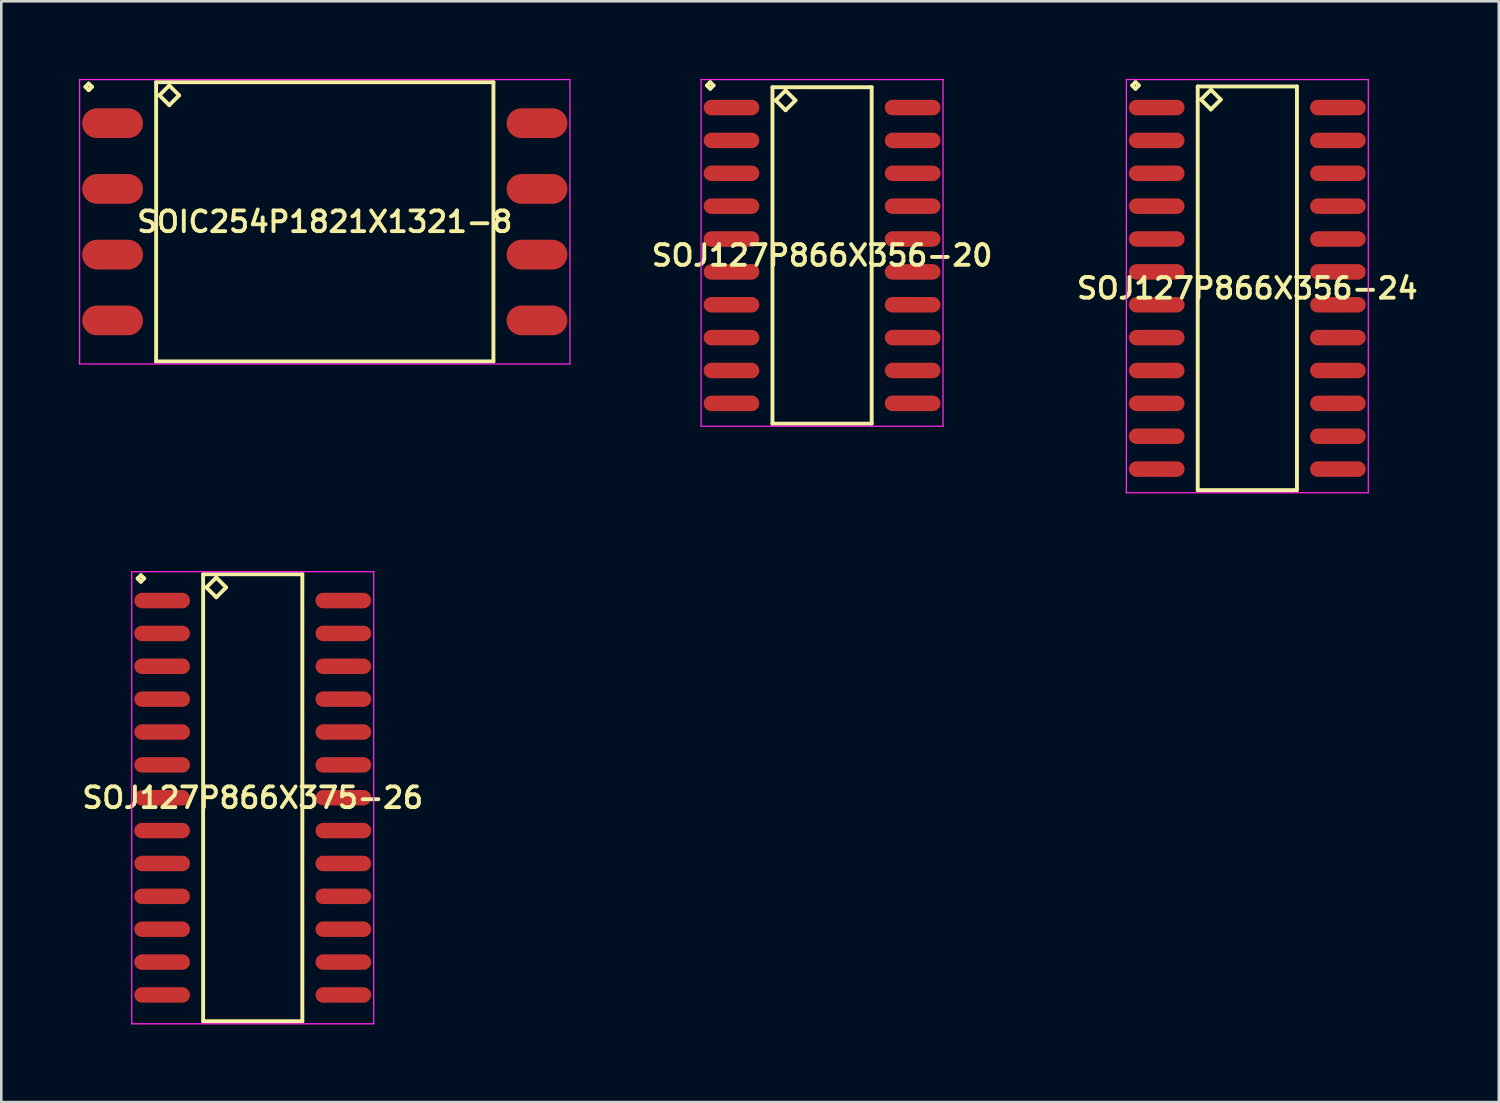
<source format=kicad_pcb>
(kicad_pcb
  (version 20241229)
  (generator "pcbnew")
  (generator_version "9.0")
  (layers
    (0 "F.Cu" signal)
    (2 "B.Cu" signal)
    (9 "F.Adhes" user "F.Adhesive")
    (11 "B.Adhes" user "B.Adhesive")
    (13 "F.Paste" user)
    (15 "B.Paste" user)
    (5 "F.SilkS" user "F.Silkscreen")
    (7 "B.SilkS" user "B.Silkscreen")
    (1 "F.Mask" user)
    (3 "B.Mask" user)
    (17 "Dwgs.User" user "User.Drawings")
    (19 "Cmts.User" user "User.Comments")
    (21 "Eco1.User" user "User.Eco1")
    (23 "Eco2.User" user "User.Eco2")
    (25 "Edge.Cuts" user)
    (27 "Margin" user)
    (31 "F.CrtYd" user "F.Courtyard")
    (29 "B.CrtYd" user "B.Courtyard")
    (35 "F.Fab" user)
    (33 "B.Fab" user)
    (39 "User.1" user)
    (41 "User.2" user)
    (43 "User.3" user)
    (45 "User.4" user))
  (footprint "SOJ127P866X356-24"
    (layer "F.Cu")
    (at 45.149 8.091)
    (property "Reference" "SOJ127P866X356-24" (at 0 0 0) (layer "F.SilkS") (effects (font (size 0.8 0.8) (thickness 0.15))))
    (attr smd)
    (fp_line (start -4.448 -7.839) (end -4.321 -7.966) (stroke (width 0.15) (type solid)) (layer "F.SilkS"))
    (fp_line (start -4.321 -7.966) (end -4.194 -7.839) (stroke (width 0.15) (type solid)) (layer "F.SilkS"))
    (fp_line (start -4.321 -7.712) (end -4.448 -7.839) (stroke (width 0.15) (type solid)) (layer "F.SilkS"))
    (fp_line (start -4.194 -7.839) (end -4.321 -7.712) (stroke (width 0.15) (type solid)) (layer "F.SilkS"))
    (fp_line (start -1.917 -7.8) (end -1.917 7.8) (stroke (width 0.15) (type solid)) (layer "F.SilkS"))
    (fp_line (start -1.917 7.8) (end 1.917 7.8) (stroke (width 0.15) (type solid)) (layer "F.SilkS"))
    (fp_line (start -1.79 -7.292) (end -1.409 -7.673) (stroke (width 0.15) (type solid)) (layer "F.SilkS"))
    (fp_line (start -1.409 -7.673) (end -1.028 -7.292) (stroke (width 0.15) (type solid)) (layer "F.SilkS"))
    (fp_line (start -1.409 -6.911) (end -1.79 -7.292) (stroke (width 0.15) (type solid)) (layer "F.SilkS"))
    (fp_line (start -1.028 -7.292) (end -1.409 -6.911) (stroke (width 0.15) (type solid)) (layer "F.SilkS"))
    (fp_line (start 1.917 -7.8) (end -1.917 -7.8) (stroke (width 0.15) (type solid)) (layer "F.SilkS"))
    (fp_line (start 1.917 7.8) (end 1.917 -7.8) (stroke (width 0.15) (type solid)) (layer "F.SilkS"))
    (fp_line (start -4.675 -8.066) (end 4.675 -8.066) (stroke (width 0.05) (type solid)) (layer "F.CrtYd"))
    (fp_line (start -4.675 7.9) (end -4.675 -8.066) (stroke (width 0.05) (type solid)) (layer "F.CrtYd"))
    (fp_line (start 4.675 -8.066) (end 4.675 7.9) (stroke (width 0.05) (type solid)) (layer "F.CrtYd"))
    (fp_line (start 4.675 7.9) (end -4.675 7.9) (stroke (width 0.05) (type solid)) (layer "F.CrtYd"))
    (pad "1" smd oval (at -3.5 -6.985) (size 2.15 0.6) (layers "F.Cu" "F.Mask" "F.Paste"))
    (pad "2" smd oval (at -3.5 -5.715) (size 2.15 0.6) (layers "F.Cu" "F.Mask" "F.Paste"))
    (pad "3" smd oval (at -3.5 -4.445) (size 2.15 0.6) (layers "F.Cu" "F.Mask" "F.Paste"))
    (pad "4" smd oval (at -3.5 -3.175) (size 2.15 0.6) (layers "F.Cu" "F.Mask" "F.Paste"))
    (pad "5" smd oval (at -3.5 -1.905) (size 2.15 0.6) (layers "F.Cu" "F.Mask" "F.Paste"))
    (pad "6" smd oval (at -3.5 -0.635) (size 2.15 0.6) (layers "F.Cu" "F.Mask" "F.Paste"))
    (pad "7" smd oval (at -3.5 0.635) (size 2.15 0.6) (layers "F.Cu" "F.Mask" "F.Paste"))
    (pad "8" smd oval (at -3.5 1.905) (size 2.15 0.6) (layers "F.Cu" "F.Mask" "F.Paste"))
    (pad "9" smd oval (at -3.5 3.175) (size 2.15 0.6) (layers "F.Cu" "F.Mask" "F.Paste"))
    (pad "10" smd oval (at -3.5 4.445) (size 2.15 0.6) (layers "F.Cu" "F.Mask" "F.Paste"))
    (pad "11" smd oval (at -3.5 5.715) (size 2.15 0.6) (layers "F.Cu" "F.Mask" "F.Paste"))
    (pad "12" smd oval (at -3.5 6.985) (size 2.15 0.6) (layers "F.Cu" "F.Mask" "F.Paste"))
    (pad "13" smd oval (at 3.5 6.985) (size 2.15 0.6) (layers "F.Cu" "F.Mask" "F.Paste"))
    (pad "14" smd oval (at 3.5 5.715) (size 2.15 0.6) (layers "F.Cu" "F.Mask" "F.Paste"))
    (pad "15" smd oval (at 3.5 4.445) (size 2.15 0.6) (layers "F.Cu" "F.Mask" "F.Paste"))
    (pad "16" smd oval (at 3.5 3.175) (size 2.15 0.6) (layers "F.Cu" "F.Mask" "F.Paste"))
    (pad "17" smd oval (at 3.5 1.905) (size 2.15 0.6) (layers "F.Cu" "F.Mask" "F.Paste"))
    (pad "18" smd oval (at 3.5 0.635) (size 2.15 0.6) (layers "F.Cu" "F.Mask" "F.Paste"))
    (pad "19" smd oval (at 3.5 -0.635) (size 2.15 0.6) (layers "F.Cu" "F.Mask" "F.Paste"))
    (pad "20" smd oval (at 3.5 -1.905) (size 2.15 0.6) (layers "F.Cu" "F.Mask" "F.Paste"))
    (pad "21" smd oval (at 3.5 -3.175) (size 2.15 0.6) (layers "F.Cu" "F.Mask" "F.Paste"))
    (pad "22" smd oval (at 3.5 -4.445) (size 2.15 0.6) (layers "F.Cu" "F.Mask" "F.Paste"))
    (pad "23" smd oval (at 3.5 -5.715) (size 2.15 0.6) (layers "F.Cu" "F.Mask" "F.Paste"))
    (pad "24" smd oval (at 3.5 -6.985) (size 2.15 0.6) (layers "F.Cu" "F.Mask" "F.Paste")))
  (footprint "SOIC254P1821X1321-8"
    (layer "F.Cu")
    (at 9.5 5.52)
    (property "Reference" "SOIC254P1821X1321-8" (at 0 0 0) (layer "F.SilkS") (effects (font (size 0.8 0.8) (thickness 0.15))))
    (attr smd)
    (fp_line (start -9.248 -5.214) (end -9.121 -5.341) (stroke (width 0.15) (type solid)) (layer "F.SilkS"))
    (fp_line (start -9.121 -5.341) (end -8.994 -5.214) (stroke (width 0.15) (type solid)) (layer "F.SilkS"))
    (fp_line (start -9.121 -5.087) (end -9.248 -5.214) (stroke (width 0.15) (type solid)) (layer "F.SilkS"))
    (fp_line (start -8.994 -5.214) (end -9.121 -5.087) (stroke (width 0.15) (type solid)) (layer "F.SilkS"))
    (fp_line (start -6.517 -5.395) (end -6.517 5.395) (stroke (width 0.15) (type solid)) (layer "F.SilkS"))
    (fp_line (start -6.517 5.395) (end 6.517 5.395) (stroke (width 0.15) (type solid)) (layer "F.SilkS"))
    (fp_line (start -6.39 -4.887) (end -6.009 -5.268) (stroke (width 0.15) (type solid)) (layer "F.SilkS"))
    (fp_line (start -6.009 -5.268) (end -5.628 -4.887) (stroke (width 0.15) (type solid)) (layer "F.SilkS"))
    (fp_line (start -6.009 -4.506) (end -6.39 -4.887) (stroke (width 0.15) (type solid)) (layer "F.SilkS"))
    (fp_line (start -5.628 -4.887) (end -6.009 -4.506) (stroke (width 0.15) (type solid)) (layer "F.SilkS"))
    (fp_line (start 6.517 -5.395) (end -6.517 -5.395) (stroke (width 0.15) (type solid)) (layer "F.SilkS"))
    (fp_line (start 6.517 5.395) (end 6.517 -5.395) (stroke (width 0.15) (type solid)) (layer "F.SilkS"))
    (fp_line (start -9.475 -5.495) (end 9.475 -5.495) (stroke (width 0.05) (type solid)) (layer "F.CrtYd"))
    (fp_line (start -9.475 5.495) (end -9.475 -5.495) (stroke (width 0.05) (type solid)) (layer "F.CrtYd"))
    (fp_line (start 9.475 -5.495) (end 9.475 5.495) (stroke (width 0.05) (type solid)) (layer "F.CrtYd"))
    (fp_line (start 9.475 5.495) (end -9.475 5.495) (stroke (width 0.05) (type solid)) (layer "F.CrtYd"))
    (pad "1" smd oval (at -8.2 -3.81) (size 2.35 1.15) (layers "F.Cu" "F.Mask" "F.Paste"))
    (pad "2" smd oval (at -8.2 -1.27) (size 2.35 1.15) (layers "F.Cu" "F.Mask" "F.Paste"))
    (pad "3" smd oval (at -8.2 1.27) (size 2.35 1.15) (layers "F.Cu" "F.Mask" "F.Paste"))
    (pad "4" smd oval (at -8.2 3.81) (size 2.35 1.15) (layers "F.Cu" "F.Mask" "F.Paste"))
    (pad "5" smd oval (at 8.2 3.81) (size 2.35 1.15) (layers "F.Cu" "F.Mask" "F.Paste"))
    (pad "6" smd oval (at 8.2 1.27) (size 2.35 1.15) (layers "F.Cu" "F.Mask" "F.Paste"))
    (pad "7" smd oval (at 8.2 -1.27) (size 2.35 1.15) (layers "F.Cu" "F.Mask" "F.Paste"))
    (pad "8" smd oval (at 8.2 -3.81) (size 2.35 1.15) (layers "F.Cu" "F.Mask" "F.Paste")))
  (footprint "SOJ127P866X356-20"
    (layer "F.Cu")
    (at 28.716 6.821)
    (property "Reference" "SOJ127P866X356-20" (at 0 0 0) (layer "F.SilkS") (effects (font (size 0.8 0.8) (thickness 0.15))))
    (attr smd)
    (fp_line (start -4.448 -6.569) (end -4.321 -6.696) (stroke (width 0.15) (type solid)) (layer "F.SilkS"))
    (fp_line (start -4.321 -6.696) (end -4.194 -6.569) (stroke (width 0.15) (type solid)) (layer "F.SilkS"))
    (fp_line (start -4.321 -6.442) (end -4.448 -6.569) (stroke (width 0.15) (type solid)) (layer "F.SilkS"))
    (fp_line (start -4.194 -6.569) (end -4.321 -6.442) (stroke (width 0.15) (type solid)) (layer "F.SilkS"))
    (fp_line (start -1.917 -6.5) (end -1.917 6.5) (stroke (width 0.15) (type solid)) (layer "F.SilkS"))
    (fp_line (start -1.917 6.5) (end 1.917 6.5) (stroke (width 0.15) (type solid)) (layer "F.SilkS"))
    (fp_line (start -1.79 -5.992) (end -1.409 -6.373) (stroke (width 0.15) (type solid)) (layer "F.SilkS"))
    (fp_line (start -1.409 -6.373) (end -1.028 -5.992) (stroke (width 0.15) (type solid)) (layer "F.SilkS"))
    (fp_line (start -1.409 -5.611) (end -1.79 -5.992) (stroke (width 0.15) (type solid)) (layer "F.SilkS"))
    (fp_line (start -1.028 -5.992) (end -1.409 -5.611) (stroke (width 0.15) (type solid)) (layer "F.SilkS"))
    (fp_line (start 1.917 -6.5) (end -1.917 -6.5) (stroke (width 0.15) (type solid)) (layer "F.SilkS"))
    (fp_line (start 1.917 6.5) (end 1.917 -6.5) (stroke (width 0.15) (type solid)) (layer "F.SilkS"))
    (fp_line (start -4.675 -6.796) (end 4.675 -6.796) (stroke (width 0.05) (type solid)) (layer "F.CrtYd"))
    (fp_line (start -4.675 6.6) (end -4.675 -6.796) (stroke (width 0.05) (type solid)) (layer "F.CrtYd"))
    (fp_line (start 4.675 -6.796) (end 4.675 6.6) (stroke (width 0.05) (type solid)) (layer "F.CrtYd"))
    (fp_line (start 4.675 6.6) (end -4.675 6.6) (stroke (width 0.05) (type solid)) (layer "F.CrtYd"))
    (pad "1" smd oval (at -3.5 -5.715) (size 2.15 0.6) (layers "F.Cu" "F.Mask" "F.Paste"))
    (pad "2" smd oval (at -3.5 -4.445) (size 2.15 0.6) (layers "F.Cu" "F.Mask" "F.Paste"))
    (pad "3" smd oval (at -3.5 -3.175) (size 2.15 0.6) (layers "F.Cu" "F.Mask" "F.Paste"))
    (pad "4" smd oval (at -3.5 -1.905) (size 2.15 0.6) (layers "F.Cu" "F.Mask" "F.Paste"))
    (pad "5" smd oval (at -3.5 -0.635) (size 2.15 0.6) (layers "F.Cu" "F.Mask" "F.Paste"))
    (pad "6" smd oval (at -3.5 0.635) (size 2.15 0.6) (layers "F.Cu" "F.Mask" "F.Paste"))
    (pad "7" smd oval (at -3.5 1.905) (size 2.15 0.6) (layers "F.Cu" "F.Mask" "F.Paste"))
    (pad "8" smd oval (at -3.5 3.175) (size 2.15 0.6) (layers "F.Cu" "F.Mask" "F.Paste"))
    (pad "9" smd oval (at -3.5 4.445) (size 2.15 0.6) (layers "F.Cu" "F.Mask" "F.Paste"))
    (pad "10" smd oval (at -3.5 5.715) (size 2.15 0.6) (layers "F.Cu" "F.Mask" "F.Paste"))
    (pad "11" smd oval (at 3.5 5.715) (size 2.15 0.6) (layers "F.Cu" "F.Mask" "F.Paste"))
    (pad "12" smd oval (at 3.5 4.445) (size 2.15 0.6) (layers "F.Cu" "F.Mask" "F.Paste"))
    (pad "13" smd oval (at 3.5 3.175) (size 2.15 0.6) (layers "F.Cu" "F.Mask" "F.Paste"))
    (pad "14" smd oval (at 3.5 1.905) (size 2.15 0.6) (layers "F.Cu" "F.Mask" "F.Paste"))
    (pad "15" smd oval (at 3.5 0.635) (size 2.15 0.6) (layers "F.Cu" "F.Mask" "F.Paste"))
    (pad "16" smd oval (at 3.5 -0.635) (size 2.15 0.6) (layers "F.Cu" "F.Mask" "F.Paste"))
    (pad "17" smd oval (at 3.5 -1.905) (size 2.15 0.6) (layers "F.Cu" "F.Mask" "F.Paste"))
    (pad "18" smd oval (at 3.5 -3.175) (size 2.15 0.6) (layers "F.Cu" "F.Mask" "F.Paste"))
    (pad "19" smd oval (at 3.5 -4.445) (size 2.15 0.6) (layers "F.Cu" "F.Mask" "F.Paste"))
    (pad "20" smd oval (at 3.5 -5.715) (size 2.15 0.6) (layers "F.Cu" "F.Mask" "F.Paste")))
  (footprint "SOJ127P866X375-26"
    (layer "F.Cu")
    (at 6.716 27.776)
    (property "Reference" "SOJ127P866X375-26" (at 0 0 0) (layer "F.SilkS") (effects (font (size 0.8 0.8) (thickness 0.15))))
    (attr smd)
    (fp_line (start -4.448 -8.474) (end -4.321 -8.601) (stroke (width 0.15) (type solid)) (layer "F.SilkS"))
    (fp_line (start -4.321 -8.601) (end -4.194 -8.474) (stroke (width 0.15) (type solid)) (layer "F.SilkS"))
    (fp_line (start -4.321 -8.347) (end -4.448 -8.474) (stroke (width 0.15) (type solid)) (layer "F.SilkS"))
    (fp_line (start -4.194 -8.474) (end -4.321 -8.347) (stroke (width 0.15) (type solid)) (layer "F.SilkS"))
    (fp_line (start -1.917 -8.635) (end -1.917 8.635) (stroke (width 0.15) (type solid)) (layer "F.SilkS"))
    (fp_line (start -1.917 8.635) (end 1.917 8.635) (stroke (width 0.15) (type solid)) (layer "F.SilkS"))
    (fp_line (start -1.79 -8.127) (end -1.409 -8.508) (stroke (width 0.15) (type solid)) (layer "F.SilkS"))
    (fp_line (start -1.409 -8.508) (end -1.028 -8.127) (stroke (width 0.15) (type solid)) (layer "F.SilkS"))
    (fp_line (start -1.409 -7.746) (end -1.79 -8.127) (stroke (width 0.15) (type solid)) (layer "F.SilkS"))
    (fp_line (start -1.028 -8.127) (end -1.409 -7.746) (stroke (width 0.15) (type solid)) (layer "F.SilkS"))
    (fp_line (start 1.917 -8.635) (end -1.917 -8.635) (stroke (width 0.15) (type solid)) (layer "F.SilkS"))
    (fp_line (start 1.917 8.635) (end 1.917 -8.635) (stroke (width 0.15) (type solid)) (layer "F.SilkS"))
    (fp_line (start -4.675 -8.735) (end 4.675 -8.735) (stroke (width 0.05) (type solid)) (layer "F.CrtYd"))
    (fp_line (start -4.675 8.735) (end -4.675 -8.735) (stroke (width 0.05) (type solid)) (layer "F.CrtYd"))
    (fp_line (start 4.675 -8.735) (end 4.675 8.735) (stroke (width 0.05) (type solid)) (layer "F.CrtYd"))
    (fp_line (start 4.675 8.735) (end -4.675 8.735) (stroke (width 0.05) (type solid)) (layer "F.CrtYd"))
    (pad "1" smd oval (at -3.5 -7.62) (size 2.15 0.6) (layers "F.Cu" "F.Mask" "F.Paste"))
    (pad "2" smd oval (at -3.5 -6.35) (size 2.15 0.6) (layers "F.Cu" "F.Mask" "F.Paste"))
    (pad "3" smd oval (at -3.5 -5.08) (size 2.15 0.6) (layers "F.Cu" "F.Mask" "F.Paste"))
    (pad "4" smd oval (at -3.5 -3.81) (size 2.15 0.6) (layers "F.Cu" "F.Mask" "F.Paste"))
    (pad "5" smd oval (at -3.5 -2.54) (size 2.15 0.6) (layers "F.Cu" "F.Mask" "F.Paste"))
    (pad "6" smd oval (at -3.5 -1.27) (size 2.15 0.6) (layers "F.Cu" "F.Mask" "F.Paste"))
    (pad "7" smd oval (at -3.5 0) (size 2.15 0.6) (layers "F.Cu" "F.Mask" "F.Paste"))
    (pad "8" smd oval (at -3.5 1.27) (size 2.15 0.6) (layers "F.Cu" "F.Mask" "F.Paste"))
    (pad "9" smd oval (at -3.5 2.54) (size 2.15 0.6) (layers "F.Cu" "F.Mask" "F.Paste"))
    (pad "10" smd oval (at -3.5 3.81) (size 2.15 0.6) (layers "F.Cu" "F.Mask" "F.Paste"))
    (pad "11" smd oval (at -3.5 5.08) (size 2.15 0.6) (layers "F.Cu" "F.Mask" "F.Paste"))
    (pad "12" smd oval (at -3.5 6.35) (size 2.15 0.6) (layers "F.Cu" "F.Mask" "F.Paste"))
    (pad "13" smd oval (at -3.5 7.62) (size 2.15 0.6) (layers "F.Cu" "F.Mask" "F.Paste"))
    (pad "14" smd oval (at 3.5 7.62) (size 2.15 0.6) (layers "F.Cu" "F.Mask" "F.Paste"))
    (pad "15" smd oval (at 3.5 6.35) (size 2.15 0.6) (layers "F.Cu" "F.Mask" "F.Paste"))
    (pad "16" smd oval (at 3.5 5.08) (size 2.15 0.6) (layers "F.Cu" "F.Mask" "F.Paste"))
    (pad "17" smd oval (at 3.5 3.81) (size 2.15 0.6) (layers "F.Cu" "F.Mask" "F.Paste"))
    (pad "18" smd oval (at 3.5 2.54) (size 2.15 0.6) (layers "F.Cu" "F.Mask" "F.Paste"))
    (pad "19" smd oval (at 3.5 1.27) (size 2.15 0.6) (layers "F.Cu" "F.Mask" "F.Paste"))
    (pad "20" smd oval (at 3.5 0) (size 2.15 0.6) (layers "F.Cu" "F.Mask" "F.Paste"))
    (pad "21" smd oval (at 3.5 -1.27) (size 2.15 0.6) (layers "F.Cu" "F.Mask" "F.Paste"))
    (pad "22" smd oval (at 3.5 -2.54) (size 2.15 0.6) (layers "F.Cu" "F.Mask" "F.Paste"))
    (pad "23" smd oval (at 3.5 -3.81) (size 2.15 0.6) (layers "F.Cu" "F.Mask" "F.Paste"))
    (pad "24" smd oval (at 3.5 -5.08) (size 2.15 0.6) (layers "F.Cu" "F.Mask" "F.Paste"))
    (pad "25" smd oval (at 3.5 -6.35) (size 2.15 0.6) (layers "F.Cu" "F.Mask" "F.Paste"))
    (pad "26" smd oval (at 3.5 -7.62) (size 2.15 0.6) (layers "F.Cu" "F.Mask" "F.Paste")))
  (gr_rect
    (start -3 -3)
    (end 54.866 39.536)
    (stroke (width 0.1) (type default))
    (fill no)
    (layer "Edge.Cuts")))
</source>
